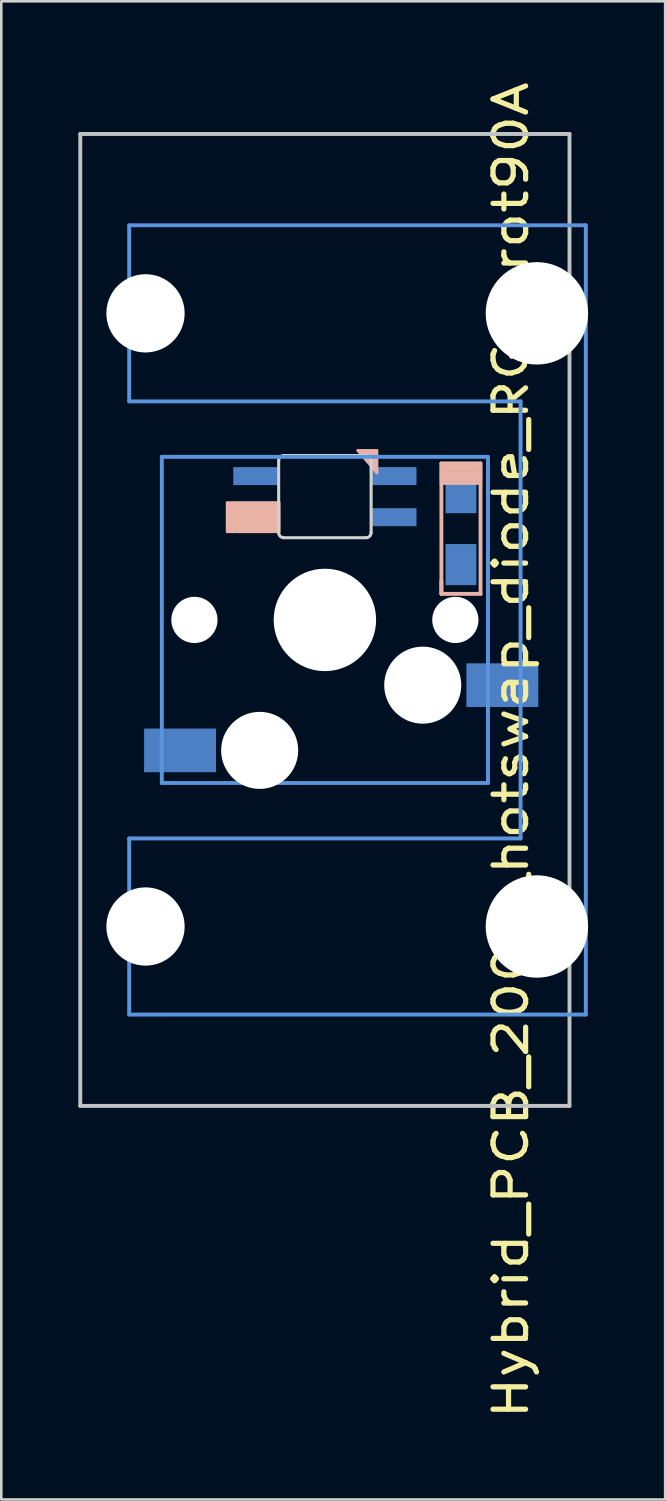
<source format=kicad_pcb>
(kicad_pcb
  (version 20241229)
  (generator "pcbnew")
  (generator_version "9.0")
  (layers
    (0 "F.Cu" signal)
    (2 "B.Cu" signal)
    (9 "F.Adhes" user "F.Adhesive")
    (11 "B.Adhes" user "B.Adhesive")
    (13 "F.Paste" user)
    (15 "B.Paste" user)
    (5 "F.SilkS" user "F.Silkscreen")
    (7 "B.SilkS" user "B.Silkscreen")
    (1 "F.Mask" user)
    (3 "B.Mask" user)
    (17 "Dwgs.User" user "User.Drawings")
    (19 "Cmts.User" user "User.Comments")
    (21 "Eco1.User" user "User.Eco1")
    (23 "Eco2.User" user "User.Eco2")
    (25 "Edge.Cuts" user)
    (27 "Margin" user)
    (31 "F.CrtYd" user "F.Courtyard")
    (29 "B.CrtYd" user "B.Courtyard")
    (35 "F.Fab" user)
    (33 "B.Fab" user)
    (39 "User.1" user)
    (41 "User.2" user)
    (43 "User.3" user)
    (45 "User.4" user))
  (footprint "Hybrid_PCB_200H_hotswap_diode_RGB_rot90A"
    (layer "F.Cu")
    (at 9.601 21.089)
    (property "Reference" "Hybrid_PCB_200H_hotswap_diode_RGB_rot90A" (at 7.239 5.08 90) (layer "F.SilkS") (effects (font (size 1.27 1.524) (thickness 0.203))))
    (attr through_hole)
    (fp_line (start 4.536 -6.095) (end 6.06 -6.095) (stroke (width 0.15) (type solid)) (layer "B.SilkS"))
    (fp_line (start 4.536 -5.968) (end 6.06 -5.968) (stroke (width 0.15) (type solid)) (layer "B.SilkS"))
    (fp_line (start 4.536 -5.714) (end 6.06 -5.714) (stroke (width 0.15) (type solid)) (layer "B.SilkS"))
    (fp_line (start 4.536 -5.46) (end 6.06 -5.46) (stroke (width 0.15) (type solid)) (layer "B.SilkS"))
    (fp_line (start 4.536 -5.333) (end 6.06 -5.333) (stroke (width 0.15) (type solid)) (layer "B.SilkS"))
    (fp_line (start 4.536 -1.015) (end 4.536 -6.095) (stroke (width 0.15) (type solid)) (layer "B.SilkS"))
    (fp_line (start 4.536 -1.015) (end 4.536 -1.523) (stroke (width 0.15) (type solid)) (layer "B.SilkS"))
    (fp_line (start 6.06 -6.095) (end 6.06 -1.015) (stroke (width 0.15) (type solid)) (layer "B.SilkS"))
    (fp_line (start 6.06 -5.841) (end 4.536 -5.841) (stroke (width 0.15) (type solid)) (layer "B.SilkS"))
    (fp_line (start 6.06 -5.587) (end 4.536 -5.587) (stroke (width 0.15) (type solid)) (layer "B.SilkS"))
    (fp_line (start 6.06 -1.015) (end 4.536 -1.015) (stroke (width 0.15) (type solid)) (layer "B.SilkS"))
    (fp_poly (pts (xy 1.27 -6.604) (xy 2.032 -5.715) (xy 2.032 -6.604)) (stroke (width 0.1) (type solid)) (fill yes) (layer "B.SilkS"))
    (fp_poly (pts (xy -1.778 -4.572) (xy -3.81 -4.572) (xy -3.81 -3.429) (xy -1.778 -3.429)) (stroke (width 0.1) (type solid)) (fill yes) (layer "B.SilkS"))
    (fp_line (start -9.525 -18.923) (end 9.525 -18.923) (stroke (width 0.152) (type solid)) (layer "Dwgs.User"))
    (fp_line (start -9.525 18.923) (end -9.525 -18.923) (stroke (width 0.152) (type solid)) (layer "Dwgs.User"))
    (fp_line (start 9.525 -18.923) (end 9.525 18.923) (stroke (width 0.152) (type solid)) (layer "Dwgs.User"))
    (fp_line (start 9.525 18.923) (end -9.525 18.923) (stroke (width 0.152) (type solid)) (layer "Dwgs.User"))
    (fp_line (start -7.62 -15.367) (end -7.62 -8.509) (stroke (width 0.152) (type solid)) (layer "Cmts.User"))
    (fp_line (start -7.62 -8.509) (end 7.62 -8.509) (stroke (width 0.152) (type solid)) (layer "Cmts.User"))
    (fp_line (start -7.62 8.509) (end -7.62 15.367) (stroke (width 0.152) (type solid)) (layer "Cmts.User"))
    (fp_line (start -7.62 15.367) (end 10.16 15.367) (stroke (width 0.152) (type solid)) (layer "Cmts.User"))
    (fp_line (start -6.35 -6.35) (end 6.35 -6.35) (stroke (width 0.152) (type solid)) (layer "Cmts.User"))
    (fp_line (start -6.35 6.35) (end -6.35 -6.35) (stroke (width 0.152) (type solid)) (layer "Cmts.User"))
    (fp_line (start 6.35 -6.35) (end 6.35 6.35) (stroke (width 0.152) (type solid)) (layer "Cmts.User"))
    (fp_line (start 6.35 6.35) (end -6.35 6.35) (stroke (width 0.152) (type solid)) (layer "Cmts.User"))
    (fp_line (start 7.62 -8.509) (end 7.62 8.509) (stroke (width 0.152) (type solid)) (layer "Cmts.User"))
    (fp_line (start 7.62 8.509) (end -7.62 8.509) (stroke (width 0.152) (type solid)) (layer "Cmts.User"))
    (fp_line (start 10.16 -15.367) (end -7.62 -15.367) (stroke (width 0.152) (type solid)) (layer "Cmts.User"))
    (fp_line (start 10.16 15.367) (end 10.16 -15.367) (stroke (width 0.152) (type solid)) (layer "Cmts.User"))
    (fp_line (start -6.985 -6.985) (end -4.877 -6.985) (stroke (width 0.152) (type solid)) (layer "Eco2.User"))
    (fp_line (start -6.985 6.985) (end -6.985 -6.985) (stroke (width 0.152) (type solid)) (layer "Eco2.User"))
    (fp_line (start -5.69 -15.265) (end -2.286 -15.265) (stroke (width 0.152) (type solid)) (layer "Eco2.User"))
    (fp_line (start -5.69 -8.611) (end -5.69 -15.265) (stroke (width 0.152) (type solid)) (layer "Eco2.User"))
    (fp_line (start -5.69 8.611) (end -4.877 8.611) (stroke (width 0.152) (type solid)) (layer "Eco2.User"))
    (fp_line (start -5.69 15.265) (end -5.69 8.611) (stroke (width 0.152) (type solid)) (layer "Eco2.User"))
    (fp_line (start -4.877 -8.611) (end -5.69 -8.611) (stroke (width 0.152) (type solid)) (layer "Eco2.User"))
    (fp_line (start -4.877 -6.985) (end -4.877 -8.611) (stroke (width 0.152) (type solid)) (layer "Eco2.User"))
    (fp_line (start -4.877 6.985) (end -6.985 6.985) (stroke (width 0.152) (type solid)) (layer "Eco2.User"))
    (fp_line (start -4.877 8.611) (end -4.877 6.985) (stroke (width 0.152) (type solid)) (layer "Eco2.User"))
    (fp_line (start -2.286 -16.129) (end 0.508 -16.129) (stroke (width 0.152) (type solid)) (layer "Eco2.User"))
    (fp_line (start -2.286 -15.265) (end -2.286 -16.129) (stroke (width 0.152) (type solid)) (layer "Eco2.User"))
    (fp_line (start -2.286 15.265) (end -5.69 15.265) (stroke (width 0.152) (type solid)) (layer "Eco2.User"))
    (fp_line (start -2.286 16.129) (end -2.286 15.265) (stroke (width 0.152) (type solid)) (layer "Eco2.User"))
    (fp_line (start 0.508 -16.129) (end 0.508 -15.265) (stroke (width 0.152) (type solid)) (layer "Eco2.User"))
    (fp_line (start 0.508 -15.265) (end 6.604 -15.265) (stroke (width 0.152) (type solid)) (layer "Eco2.User"))
    (fp_line (start 0.508 15.265) (end 0.508 16.129) (stroke (width 0.152) (type solid)) (layer "Eco2.User"))
    (fp_line (start 0.508 16.129) (end -2.286 16.129) (stroke (width 0.152) (type solid)) (layer "Eco2.User"))
    (fp_line (start 5.817 -8.611) (end 5.817 -6.985) (stroke (width 0.152) (type solid)) (layer "Eco2.User"))
    (fp_line (start 5.817 -6.985) (end 6.985 -6.985) (stroke (width 0.152) (type solid)) (layer "Eco2.User"))
    (fp_line (start 5.817 6.985) (end 5.817 8.611) (stroke (width 0.152) (type solid)) (layer "Eco2.User"))
    (fp_line (start 5.817 8.611) (end 6.604 8.611) (stroke (width 0.152) (type solid)) (layer "Eco2.User"))
    (fp_line (start 6.604 -15.265) (end 6.604 -14.224) (stroke (width 0.152) (type solid)) (layer "Eco2.User"))
    (fp_line (start 6.604 -14.224) (end 7.772 -14.224) (stroke (width 0.152) (type solid)) (layer "Eco2.User"))
    (fp_line (start 6.604 -9.652) (end 6.604 -8.611) (stroke (width 0.152) (type solid)) (layer "Eco2.User"))
    (fp_line (start 6.604 -8.611) (end 5.817 -8.611) (stroke (width 0.152) (type solid)) (layer "Eco2.User"))
    (fp_line (start 6.604 8.611) (end 6.604 9.652) (stroke (width 0.152) (type solid)) (layer "Eco2.User"))
    (fp_line (start 6.604 9.652) (end 7.772 9.652) (stroke (width 0.152) (type solid)) (layer "Eco2.User"))
    (fp_line (start 6.604 14.224) (end 6.604 15.265) (stroke (width 0.152) (type solid)) (layer "Eco2.User"))
    (fp_line (start 6.604 15.265) (end 0.508 15.265) (stroke (width 0.152) (type solid)) (layer "Eco2.User"))
    (fp_line (start 6.985 -6.985) (end 6.985 6.985) (stroke (width 0.152) (type solid)) (layer "Eco2.User"))
    (fp_line (start 6.985 6.985) (end 5.817 6.985) (stroke (width 0.152) (type solid)) (layer "Eco2.User"))
    (fp_line (start 7.772 -14.224) (end 7.772 -9.652) (stroke (width 0.152) (type solid)) (layer "Eco2.User"))
    (fp_line (start 7.772 -9.652) (end 6.604 -9.652) (stroke (width 0.152) (type solid)) (layer "Eco2.User"))
    (fp_line (start 7.772 9.652) (end 7.772 14.224) (stroke (width 0.152) (type solid)) (layer "Eco2.User"))
    (fp_line (start 7.772 14.224) (end 6.604 14.224) (stroke (width 0.152) (type solid)) (layer "Eco2.User"))
    (fp_line (start -1.8 -3.4) (end -1.8 -6.2) (stroke (width 0.12) (type solid)) (layer "Edge.Cuts"))
    (fp_line (start 1.6 -6.4) (end -1.6 -6.4) (stroke (width 0.12) (type solid)) (layer "Edge.Cuts"))
    (fp_line (start 1.6 -3.2) (end -1.6 -3.2) (stroke (width 0.12) (type solid)) (layer "Edge.Cuts"))
    (fp_line (start 1.8 -3.4) (end 1.8 -6.2) (stroke (width 0.12) (type solid)) (layer "Edge.Cuts"))
    (fp_arc (start -1.8 -6.2) (mid -1.741421 -6.341421) (end -1.6 -6.4) (stroke (width 0.12) (type solid)) (layer "Edge.Cuts"))
    (fp_arc (start -1.6 -3.2) (mid -1.741421 -3.258579) (end -1.8 -3.4) (stroke (width 0.12) (type solid)) (layer "Edge.Cuts"))
    (fp_arc (start 1.6 -6.4) (mid 1.741421 -6.341421) (end 1.8 -6.2) (stroke (width 0.12) (type solid)) (layer "Edge.Cuts"))
    (fp_arc (start 1.8 -3.4) (mid 1.741421 -3.258579) (end 1.6 -3.2) (stroke (width 0.12) (type solid)) (layer "Edge.Cuts"))
    (pad "" np_thru_hole circle (at -6.985 -11.938 90) (size 3.048 3.048) (drill 3.048) (layers "*.Cu"))
    (pad "" np_thru_hole circle (at -6.985 11.938 90) (size 3.048 3.048) (drill 3.048) (layers "*.Cu"))
    (pad "" np_thru_hole circle (at -5.08 0 180) (size 1.8 1.8) (drill 1.8) (layers "*.Cu" "*.Mask"))
    (pad "" np_thru_hole circle (at -2.54 5.08 180) (size 3 3) (drill 3) (layers "*.Cu" "*.Mask"))
    (pad "" np_thru_hole circle (at 0 0 270) (size 3.988 3.988) (drill 3.988) (layers "*.Cu" "*.Mask"))
    (pad "" np_thru_hole circle (at 3.81 2.54 180) (size 3 3) (drill 3) (layers "*.Cu" "*.Mask"))
    (pad "" np_thru_hole circle (at 5.08 0 180) (size 1.8 1.8) (drill 1.8) (layers "*.Cu" "*.Mask"))
    (pad "" np_thru_hole circle (at 8.255 -11.938 90) (size 3.988 3.988) (drill 3.988) (layers "*.Cu"))
    (pad "" np_thru_hole circle (at 8.255 11.938 90) (size 3.988 3.988) (drill 3.988) (layers "*.Cu"))
    (pad "1" smd rect (at -5.64 5.08 180) (size 2.8 1.7) (layers "B.Cu" "B.Mask" "B.Paste"))
    (pad "2" smd rect (at 6.91 2.54 180) (size 2.8 1.7) (layers "B.Cu" "B.Mask" "B.Paste"))
    (pad "3" smd rect (at 5.298 -4.955 90) (size 1.6 1.2) (layers "B.Cu" "B.Mask" "B.Paste"))
    (pad "4" smd rect (at 5.298 -2.155 90) (size 1.6 1.2) (layers "B.Cu" "B.Mask" "B.Paste"))
    (pad "5" smd rect (at -2.667 -4 180) (size 1.8 0.7) (layers "B.Cu" "B.Mask" "B.Paste"))
    (pad "6" smd rect (at 2.667 -4 180) (size 1.8 0.7) (layers "B.Cu" "B.Mask" "B.Paste"))
    (pad "7" smd rect (at 2.667 -5.6 180) (size 1.8 0.7) (layers "B.Cu" "B.Mask" "B.Paste"))
    (pad "8" smd rect (at -2.667 -5.6 180) (size 1.8 0.7) (layers "B.Cu" "B.Mask" "B.Paste")))
  (gr_rect
    (start -3 -3)
    (end 22.85 55.339)
    (stroke (width 0.1) (type default))
    (fill no)
    (layer "Edge.Cuts")))
</source>
